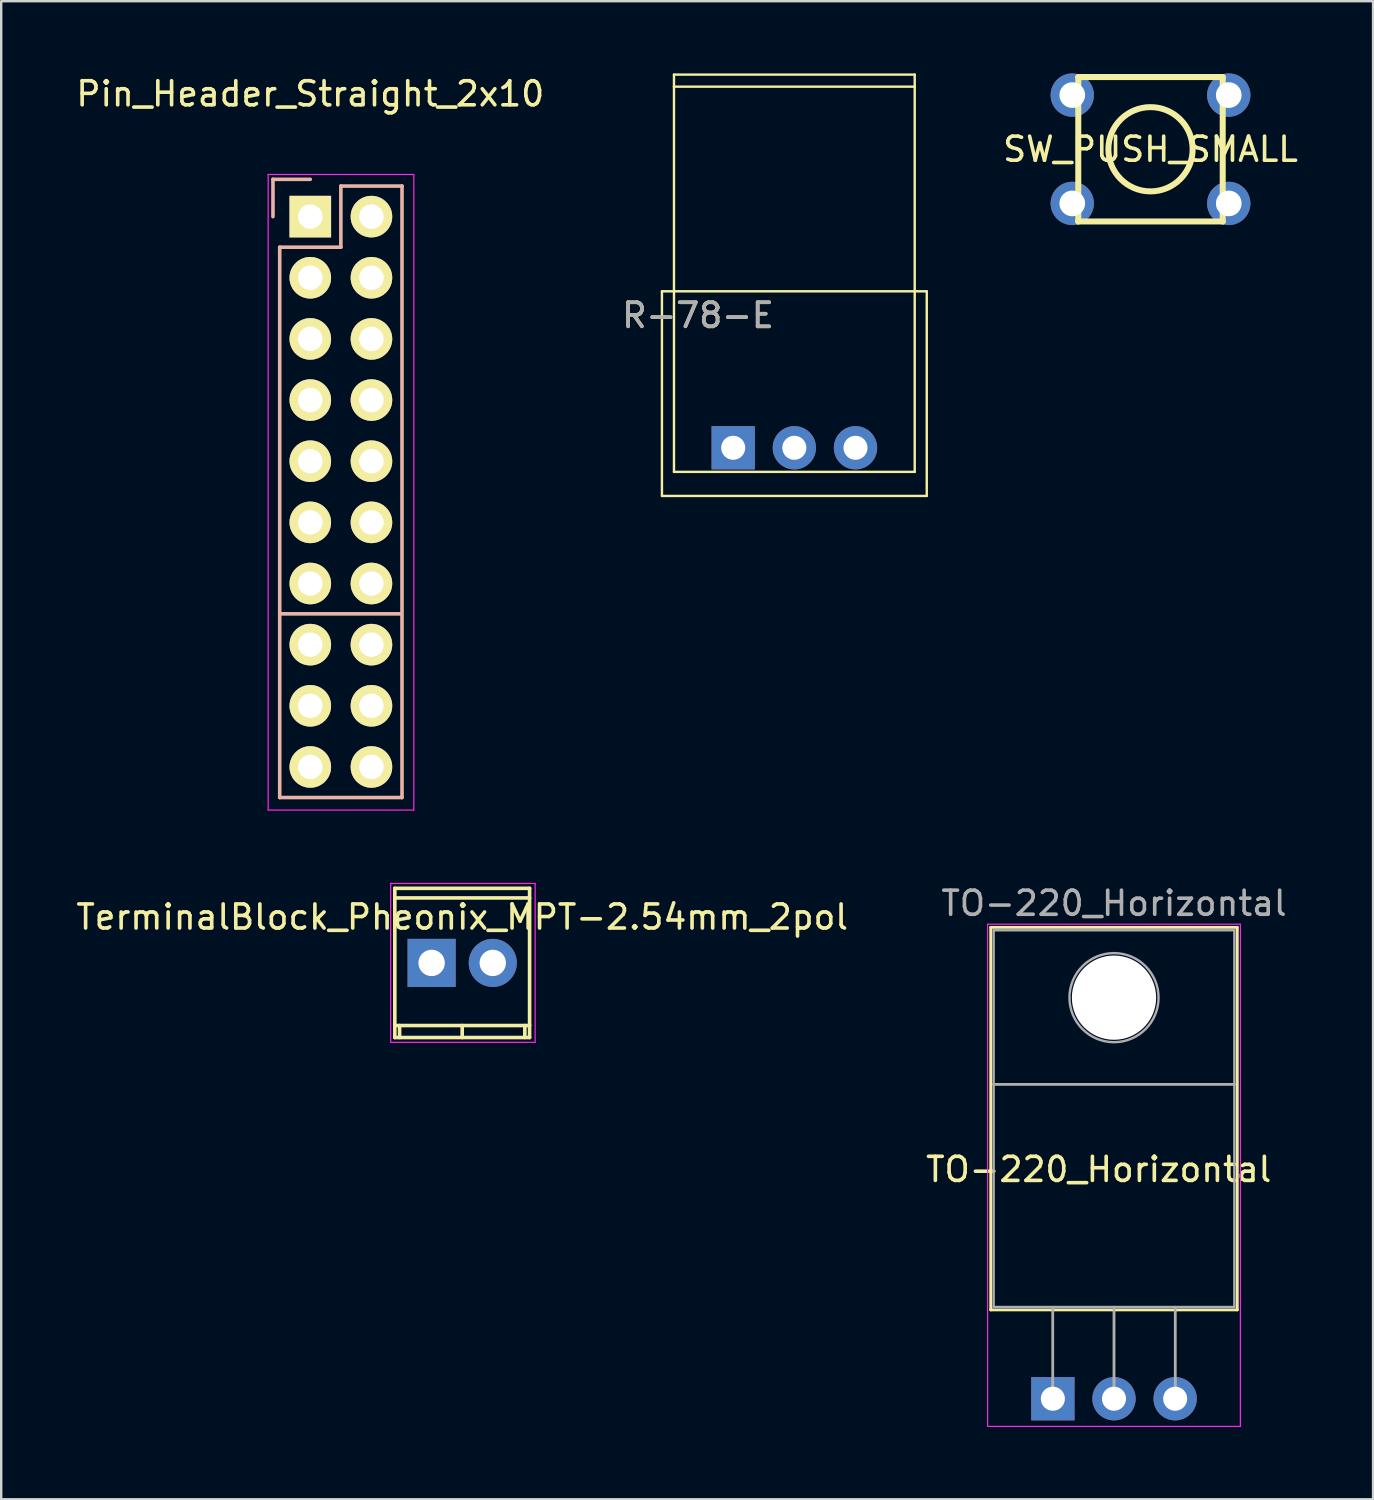
<source format=kicad_pcb>
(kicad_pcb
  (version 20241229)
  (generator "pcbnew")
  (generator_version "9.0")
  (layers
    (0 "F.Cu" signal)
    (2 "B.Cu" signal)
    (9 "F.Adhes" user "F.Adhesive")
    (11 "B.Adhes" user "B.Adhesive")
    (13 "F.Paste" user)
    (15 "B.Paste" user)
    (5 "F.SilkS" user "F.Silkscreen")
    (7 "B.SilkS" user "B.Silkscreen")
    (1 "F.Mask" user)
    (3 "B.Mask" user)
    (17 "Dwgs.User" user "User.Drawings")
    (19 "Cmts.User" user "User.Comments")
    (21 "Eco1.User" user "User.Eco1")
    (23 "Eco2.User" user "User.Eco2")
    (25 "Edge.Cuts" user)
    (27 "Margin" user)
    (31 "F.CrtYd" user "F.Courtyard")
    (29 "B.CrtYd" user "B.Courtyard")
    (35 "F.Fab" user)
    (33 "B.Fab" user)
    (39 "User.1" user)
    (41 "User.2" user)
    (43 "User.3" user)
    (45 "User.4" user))
  (footprint "TerminalBlock_Pheonix_MPT-2.54mm_2pol"
    (layer "F.Cu")
    (at 14.879 36.948)
    (property "Reference" "TerminalBlock_Pheonix_MPT-2.54mm_2pol" (at 1.27 -1.905 0) (layer "F.SilkS") (effects (font (size 1 1) (thickness 0.15))))
    (attr through_hole)
    (fp_line (start -1.529 -3.099) (end -1.529 3.099) (stroke (width 0.15) (type solid)) (layer "F.SilkS"))
    (fp_line (start -1.529 -2.7) (end 4.069 -2.7) (stroke (width 0.15) (type solid)) (layer "F.SilkS"))
    (fp_line (start -1.529 3.099) (end 4.069 3.099) (stroke (width 0.15) (type solid)) (layer "F.SilkS"))
    (fp_line (start -1.331 3.099) (end -1.331 2.601) (stroke (width 0.15) (type solid)) (layer "F.SilkS"))
    (fp_line (start 1.27 3.099) (end 1.27 2.601) (stroke (width 0.15) (type solid)) (layer "F.SilkS"))
    (fp_line (start 3.871 2.601) (end 3.871 3.099) (stroke (width 0.15) (type solid)) (layer "F.SilkS"))
    (fp_line (start 4.069 -3.099) (end -1.529 -3.099) (stroke (width 0.15) (type solid)) (layer "F.SilkS"))
    (fp_line (start 4.069 2.601) (end -1.529 2.601) (stroke (width 0.15) (type solid)) (layer "F.SilkS"))
    (fp_line (start 4.069 3.099) (end 4.069 -3.099) (stroke (width 0.15) (type solid)) (layer "F.SilkS"))
    (fp_line (start -1.7 -3.3) (end 4.3 -3.3) (stroke (width 0.05) (type solid)) (layer "F.CrtYd"))
    (fp_line (start -1.7 3.3) (end -1.7 -3.3) (stroke (width 0.05) (type solid)) (layer "F.CrtYd"))
    (fp_line (start 4.3 -3.3) (end 4.3 3.3) (stroke (width 0.05) (type solid)) (layer "F.CrtYd"))
    (fp_line (start 4.3 3.3) (end -1.7 3.3) (stroke (width 0.05) (type solid)) (layer "F.CrtYd"))
    (pad "1" thru_hole rect (at 0 0) (size 1.999 1.999) (drill 1.097) (layers "*.Cu" "*.Mask"))
    (pad "2" thru_hole oval (at 2.54 0) (size 1.999 1.999) (drill 1.097) (layers "*.Cu" "*.Mask")))
  (footprint "Pin_Header_Straight_2x10"
    (layer "F.Cu")
    (at 9.839 5.948)
    (property "Reference" "Pin_Header_Straight_2x10" (at 0 -5.1 0) (layer "F.SilkS") (effects (font (size 1 1) (thickness 0.15))))
    (attr through_hole)
    (fp_line (start -1.55 -1.55) (end -1.55 0) (stroke (width 0.15) (type solid)) (layer "B.SilkS"))
    (fp_line (start -1.27 1.27) (end -1.27 24.13) (stroke (width 0.15) (type solid)) (layer "B.SilkS"))
    (fp_line (start 0 -1.55) (end -1.55 -1.55) (stroke (width 0.15) (type solid)) (layer "B.SilkS"))
    (fp_line (start 1.27 -1.27) (end 1.27 1.27) (stroke (width 0.15) (type solid)) (layer "B.SilkS"))
    (fp_line (start 1.27 1.27) (end -1.27 1.27) (stroke (width 0.15) (type solid)) (layer "B.SilkS"))
    (fp_line (start 3.75 16.5) (end -1.25 16.5) (stroke (width 0.152) (type solid)) (layer "B.SilkS"))
    (fp_line (start 3.81 -1.27) (end 1.27 -1.27) (stroke (width 0.15) (type solid)) (layer "B.SilkS"))
    (fp_line (start 3.81 24.13) (end -1.27 24.13) (stroke (width 0.15) (type solid)) (layer "B.SilkS"))
    (fp_line (start 3.81 24.13) (end 3.81 -1.27) (stroke (width 0.15) (type solid)) (layer "B.SilkS"))
    (fp_line (start -1.75 -1.75) (end -1.75 24.65) (stroke (width 0.05) (type solid)) (layer "F.CrtYd"))
    (fp_line (start -1.75 -1.75) (end 4.3 -1.75) (stroke (width 0.05) (type solid)) (layer "F.CrtYd"))
    (fp_line (start -1.75 24.65) (end 4.3 24.65) (stroke (width 0.05) (type solid)) (layer "F.CrtYd"))
    (fp_line (start 4.3 -1.75) (end 4.3 24.65) (stroke (width 0.05) (type solid)) (layer "F.CrtYd"))
    (pad "1" thru_hole rect (at 0 0) (size 1.727 1.727) (drill 1.016) (layers "*.Cu" "*.Mask" "F.SilkS"))
    (pad "2" thru_hole oval (at 2.54 0) (size 1.727 1.727) (drill 1.016) (layers "*.Cu" "*.Mask" "F.SilkS"))
    (pad "3" thru_hole oval (at 0 2.54) (size 1.727 1.727) (drill 1.016) (layers "*.Cu" "*.Mask" "F.SilkS"))
    (pad "4" thru_hole oval (at 2.54 2.54) (size 1.727 1.727) (drill 1.016) (layers "*.Cu" "*.Mask" "F.SilkS"))
    (pad "5" thru_hole oval (at 0 5.08) (size 1.727 1.727) (drill 1.016) (layers "*.Cu" "*.Mask" "F.SilkS"))
    (pad "6" thru_hole oval (at 2.54 5.08) (size 1.727 1.727) (drill 1.016) (layers "*.Cu" "*.Mask" "F.SilkS"))
    (pad "7" thru_hole oval (at 0 7.62) (size 1.727 1.727) (drill 1.016) (layers "*.Cu" "*.Mask" "F.SilkS"))
    (pad "8" thru_hole oval (at 2.54 7.62) (size 1.727 1.727) (drill 1.016) (layers "*.Cu" "*.Mask" "F.SilkS"))
    (pad "9" thru_hole oval (at 0 10.16) (size 1.727 1.727) (drill 1.016) (layers "*.Cu" "*.Mask" "F.SilkS"))
    (pad "10" thru_hole oval (at 2.54 10.16) (size 1.727 1.727) (drill 1.016) (layers "*.Cu" "*.Mask" "F.SilkS"))
    (pad "11" thru_hole oval (at 0 12.7) (size 1.727 1.727) (drill 1.016) (layers "*.Cu" "*.Mask" "F.SilkS"))
    (pad "12" thru_hole oval (at 2.54 12.7) (size 1.727 1.727) (drill 1.016) (layers "*.Cu" "*.Mask" "F.SilkS"))
    (pad "13" thru_hole oval (at 0 15.24) (size 1.727 1.727) (drill 1.016) (layers "*.Cu" "*.Mask" "F.SilkS"))
    (pad "14" thru_hole oval (at 2.54 15.24) (size 1.727 1.727) (drill 1.016) (layers "*.Cu" "*.Mask" "F.SilkS"))
    (pad "15" thru_hole oval (at 0 17.78) (size 1.727 1.727) (drill 1.016) (layers "*.Cu" "*.Mask" "F.SilkS"))
    (pad "16" thru_hole oval (at 2.54 17.78) (size 1.727 1.727) (drill 1.016) (layers "*.Cu" "*.Mask" "F.SilkS"))
    (pad "17" thru_hole oval (at 0 20.32) (size 1.727 1.727) (drill 1.016) (layers "*.Cu" "*.Mask" "F.SilkS"))
    (pad "18" thru_hole oval (at 2.54 20.32) (size 1.727 1.727) (drill 1.016) (layers "*.Cu" "*.Mask" "F.SilkS"))
    (pad "19" thru_hole oval (at 0 22.86) (size 1.727 1.727) (drill 1.016) (layers "*.Cu" "*.Mask" "F.SilkS"))
    (pad "20" thru_hole oval (at 2.54 22.86) (size 1.727 1.727) (drill 1.016) (layers "*.Cu" "*.Mask" "F.SilkS")))
  (footprint "R-78-E"
    (layer "F.Cu")
    (at 29.946 15.55)
    (property "Reference" "R-78-E" (at -4 -5.5 0) (layer "F.SilkS") (effects (font (size 1 1) (thickness 0.15))))
    (attr through_hole)
    (fp_line (start -5.5 -6.5) (end 5.5 -6.5) (stroke (width 0.1) (type solid)) (layer "F.SilkS"))
    (fp_line (start -5.5 2) (end -5.5 -6.5) (stroke (width 0.1) (type solid)) (layer "F.SilkS"))
    (fp_line (start -5.5 2) (end 5.5 2) (stroke (width 0.1) (type solid)) (layer "F.SilkS"))
    (fp_line (start -5 -15.5) (end 5 -15.5) (stroke (width 0.1) (type solid)) (layer "F.SilkS"))
    (fp_line (start -5 -15) (end -5 -15.5) (stroke (width 0.1) (type solid)) (layer "F.SilkS"))
    (fp_line (start -5 -15) (end 5 -15) (stroke (width 0.1) (type solid)) (layer "F.SilkS"))
    (fp_line (start -5 1) (end -5 -15) (stroke (width 0.1) (type solid)) (layer "F.SilkS"))
    (fp_line (start 5 -15.5) (end 5 -15) (stroke (width 0.1) (type solid)) (layer "F.SilkS"))
    (fp_line (start 5 -15) (end 5 1) (stroke (width 0.1) (type solid)) (layer "F.SilkS"))
    (fp_line (start 5 1) (end -5 1) (stroke (width 0.1) (type solid)) (layer "F.SilkS"))
    (fp_line (start 5.5 -6.5) (end 5.5 2) (stroke (width 0.1) (type solid)) (layer "F.SilkS"))
    (fp_text user "${REFERENCE}" (at -4 -5.5 0) (layer "F.Fab") (effects (font (size 1 1) (thickness 0.15))))
    (pad "1" thru_hole rect (at -2.54 0) (size 1.8 1.8) (drill 1) (layers "*.Cu" "*.Mask"))
    (pad "2" thru_hole oval (at 0 0) (size 1.8 1.8) (drill 1) (layers "*.Cu" "*.Mask"))
    (pad "3" thru_hole oval (at 2.54 0) (size 1.8 1.8) (drill 1) (layers "*.Cu" "*.Mask")))
  (footprint "SW_PUSH_SMALL"
    (layer "F.Cu")
    (at 44.74 3.15)
    (property "Reference" "SW_PUSH_SMALL" (at 0 0 0) (layer "F.SilkS") (effects (font (size 1 1) (thickness 0.15))))
    (attr through_hole)
    (fp_line (start -3 -3) (end 3 -3) (stroke (width 0.25) (type solid)) (layer "F.SilkS"))
    (fp_line (start -3 3) (end -3 -3) (stroke (width 0.25) (type solid)) (layer "F.SilkS"))
    (fp_line (start 3 -3) (end 3 3) (stroke (width 0.25) (type solid)) (layer "F.SilkS"))
    (fp_line (start 3 3) (end -3 3) (stroke (width 0.25) (type solid)) (layer "F.SilkS"))
    (fp_circle (center 0 0) (end -1.75 0) (stroke (width 0.25) (type solid)) (fill no) (layer "F.SilkS"))
    (pad "1" thru_hole circle (at -3.25 -2.25) (size 1.8 1.8) (drill 1.067) (layers "*.Cu" "B.Mask"))
    (pad "1" thru_hole circle (at 3.25 -2.25) (size 1.8 1.8) (drill 1.067) (layers "*.Cu" "B.Mask"))
    (pad "2" thru_hole circle (at -3.25 2.25) (size 1.8 1.8) (drill 1.067) (layers "*.Cu" "B.Mask"))
    (pad "2" thru_hole circle (at 3.25 2.25) (size 1.8 1.8) (drill 1.067) (layers "*.Cu" "B.Mask")))
  (footprint "TO-220_Horizontal"
    (layer "F.Cu")
    (at 40.684 55.051)
    (property "Reference" "TO-220_Horizontal" (at 1.905 -9.525 0) (layer "F.SilkS") (effects (font (size 1 1) (thickness 0.15))))
    (attr through_hole)
    (fp_line (start -2.58 -19.58) (end -2.58 -3.69) (stroke (width 0.12) (type solid)) (layer "F.SilkS"))
    (fp_line (start -2.58 -19.58) (end 7.66 -19.58) (stroke (width 0.12) (type solid)) (layer "F.SilkS"))
    (fp_line (start -2.58 -3.69) (end 7.66 -3.69) (stroke (width 0.12) (type solid)) (layer "F.SilkS"))
    (fp_line (start 0 -3.683) (end 0 0) (stroke (width 0.1) (type solid)) (layer "F.SilkS"))
    (fp_line (start 2.54 -3.683) (end 2.54 0) (stroke (width 0.1) (type solid)) (layer "F.SilkS"))
    (fp_line (start 5.08 -3.683) (end 5.08 0) (stroke (width 0.1) (type solid)) (layer "F.SilkS"))
    (fp_line (start 7.66 -19.58) (end 7.66 -3.69) (stroke (width 0.12) (type solid)) (layer "F.SilkS"))
    (fp_line (start -2.71 -19.71) (end -2.71 1.15) (stroke (width 0.05) (type solid)) (layer "F.CrtYd"))
    (fp_line (start -2.71 1.15) (end 7.79 1.15) (stroke (width 0.05) (type solid)) (layer "F.CrtYd"))
    (fp_line (start 7.79 -19.71) (end -2.71 -19.71) (stroke (width 0.05) (type solid)) (layer "F.CrtYd"))
    (fp_line (start 7.79 1.15) (end 7.79 -19.71) (stroke (width 0.05) (type solid)) (layer "F.CrtYd"))
    (fp_line (start -2.46 -19.46) (end 7.54 -19.46) (stroke (width 0.1) (type solid)) (layer "F.Fab"))
    (fp_line (start -2.46 -13.06) (end -2.46 -19.46) (stroke (width 0.1) (type solid)) (layer "F.Fab"))
    (fp_line (start -2.46 -13.06) (end 7.54 -13.06) (stroke (width 0.1) (type solid)) (layer "F.Fab"))
    (fp_line (start -2.46 -3.81) (end -2.46 -13.06) (stroke (width 0.1) (type solid)) (layer "F.Fab"))
    (fp_line (start 0 -3.81) (end 0 0) (stroke (width 0.1) (type solid)) (layer "F.Fab"))
    (fp_line (start 2.54 -3.81) (end 2.54 0) (stroke (width 0.1) (type solid)) (layer "F.Fab"))
    (fp_line (start 5.08 -3.81) (end 5.08 0) (stroke (width 0.1) (type solid)) (layer "F.Fab"))
    (fp_line (start 7.54 -19.46) (end 7.54 -13.06) (stroke (width 0.1) (type solid)) (layer "F.Fab"))
    (fp_line (start 7.54 -13.06) (end -2.46 -13.06) (stroke (width 0.1) (type solid)) (layer "F.Fab"))
    (fp_line (start 7.54 -13.06) (end 7.54 -3.81) (stroke (width 0.1) (type solid)) (layer "F.Fab"))
    (fp_line (start 7.54 -3.81) (end -2.46 -3.81) (stroke (width 0.1) (type solid)) (layer "F.Fab"))
    (fp_circle (center 2.54 -16.66) (end 4.39 -16.66) (stroke (width 0.1) (type solid)) (fill no) (layer "F.Fab"))
    (fp_text user "${REFERENCE}" (at 2.54 -20.58 0) (layer "F.Fab") (effects (font (size 1 1) (thickness 0.15))))
    (pad "" np_thru_hole oval (at 2.54 -16.66) (size 3.5 3.5) (drill 3.5) (layers "*.Cu" "*.Mask"))
    (pad "1" thru_hole rect (at 0 0) (size 1.8 1.8) (drill 1) (layers "*.Cu" "*.Mask"))
    (pad "2" thru_hole oval (at 2.54 0) (size 1.8 1.8) (drill 1) (layers "*.Cu" "*.Mask"))
    (pad "3" thru_hole oval (at 5.08 0) (size 1.8 1.8) (drill 1) (layers "*.Cu" "*.Mask")))
  (gr_rect
    (start -3 -3)
    (end 53.985 59.227)
    (stroke (width 0.1) (type default))
    (fill no)
    (layer "Edge.Cuts")))
</source>
